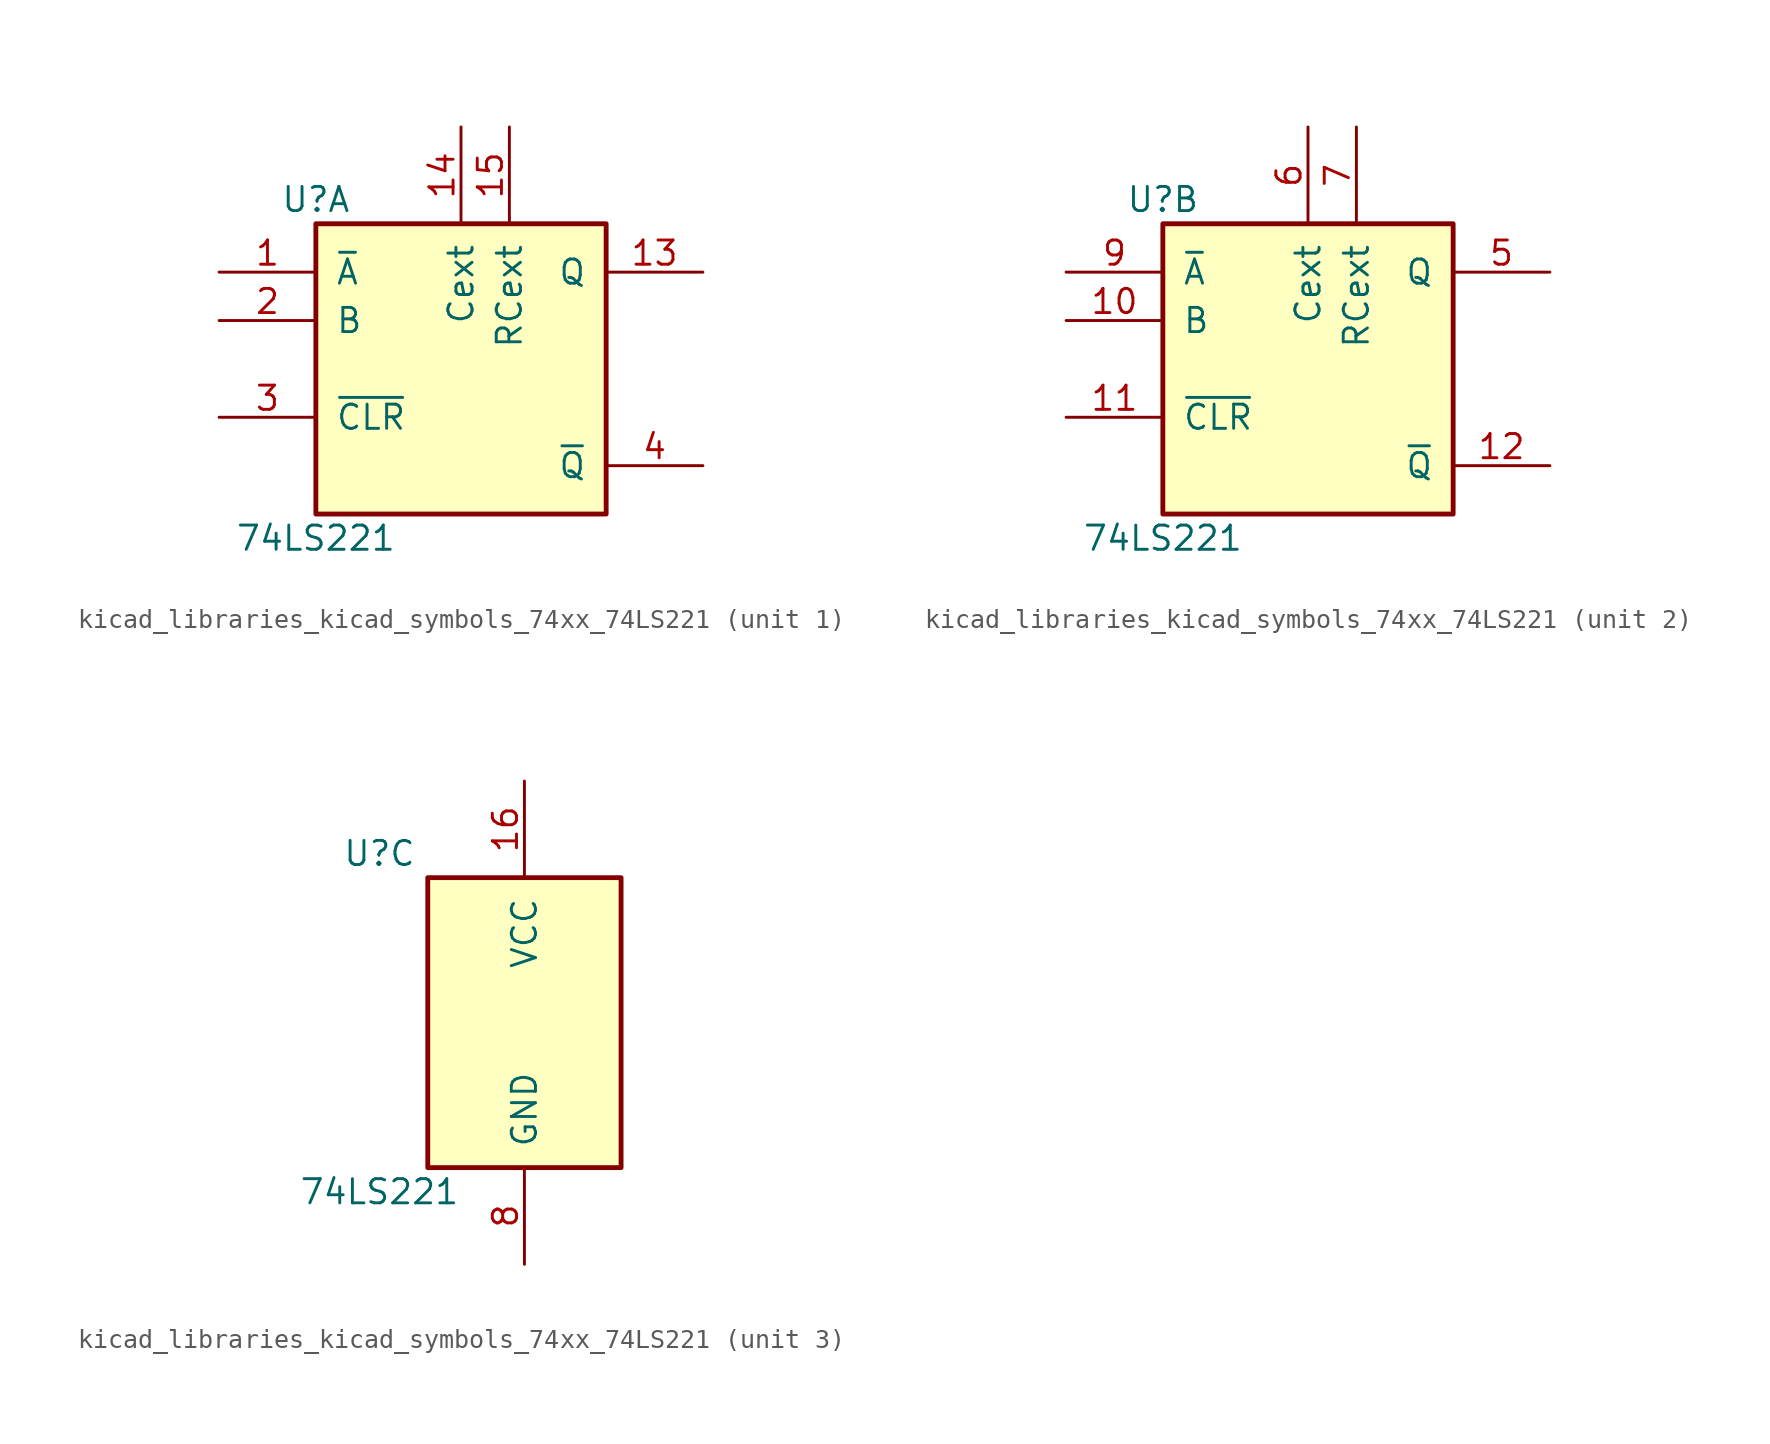
<source format=kicad_sym>
(kicad_symbol_lib
  (version 20220914)
  (generator kicad_symbol_editor)
  (symbol "kicad_libraries_kicad_symbols_74xx_74LS221"
    (pin_names
      (offset 1.016))
    (property "Reference" "U"
      (at -7.62 8.89 0)
      (effects (font (size 1.27 1.27))))
    (property "Value" "74LS221"
      (at -7.62 -8.89 0)
      (effects (font (size 1.27 1.27))))
    (property "ki_locked" ""
      (at 0 0 0)
      (effects (font (size 1.27 1.27))))
    (symbol "kicad_libraries_kicad_symbols_74xx_74LS221_1_0"
      (pin input line (at -12.7 5.08 0) (length 5.08) (name "~{A}" (effects (font (size 1.27 1.27)))) (number "1" (effects (font (size 1.27 1.27)))))
      (pin output line (at 12.7 5.08 180) (length 5.08) (name "Q" (effects (font (size 1.27 1.27)))) (number "13" (effects (font (size 1.27 1.27)))))
      (pin input line (at 0 12.7 270) (length 5.08) (name "Cext" (effects (font (size 1.27 1.27)))) (number "14" (effects (font (size 1.27 1.27)))))
      (pin input line (at 2.54 12.7 270) (length 5.08) (name "RCext" (effects (font (size 1.27 1.27)))) (number "15" (effects (font (size 1.27 1.27)))))
      (pin input line (at -12.7 2.54 0) (length 5.08) (name "B" (effects (font (size 1.27 1.27)))) (number "2" (effects (font (size 1.27 1.27)))))
      (pin input line (at -12.7 -2.54 0) (length 5.08) (name "~{CLR}" (effects (font (size 1.27 1.27)))) (number "3" (effects (font (size 1.27 1.27)))))
      (pin output line (at 12.7 -5.08 180) (length 5.08) (name "~{Q}" (effects (font (size 1.27 1.27)))) (number "4" (effects (font (size 1.27 1.27))))))
    (symbol "kicad_libraries_kicad_symbols_74xx_74LS221_1_1"
      (rectangle (start -7.62 7.62) (end 7.62 -7.62) (stroke (width 0.254) (type default)) (fill (type background))))
    (symbol "kicad_libraries_kicad_symbols_74xx_74LS221_2_0"
      (pin input line (at -12.7 2.54 0) (length 5.08) (name "B" (effects (font (size 1.27 1.27)))) (number "10" (effects (font (size 1.27 1.27)))))
      (pin input line (at -12.7 -2.54 0) (length 5.08) (name "~{CLR}" (effects (font (size 1.27 1.27)))) (number "11" (effects (font (size 1.27 1.27)))))
      (pin output line (at 12.7 -5.08 180) (length 5.08) (name "~{Q}" (effects (font (size 1.27 1.27)))) (number "12" (effects (font (size 1.27 1.27)))))
      (pin output line (at 12.7 5.08 180) (length 5.08) (name "Q" (effects (font (size 1.27 1.27)))) (number "5" (effects (font (size 1.27 1.27)))))
      (pin input line (at 0 12.7 270) (length 5.08) (name "Cext" (effects (font (size 1.27 1.27)))) (number "6" (effects (font (size 1.27 1.27)))))
      (pin input line (at 2.54 12.7 270) (length 5.08) (name "RCext" (effects (font (size 1.27 1.27)))) (number "7" (effects (font (size 1.27 1.27)))))
      (pin input line (at -12.7 5.08 0) (length 5.08) (name "~{A}" (effects (font (size 1.27 1.27)))) (number "9" (effects (font (size 1.27 1.27))))))
    (symbol "kicad_libraries_kicad_symbols_74xx_74LS221_2_1"
      (rectangle (start -7.62 7.62) (end 7.62 -7.62) (stroke (width 0.254) (type default)) (fill (type background))))
    (symbol "kicad_libraries_kicad_symbols_74xx_74LS221_3_0"
      (pin power_in line (at 0 12.7 270) (length 5.08) (name "VCC" (effects (font (size 1.27 1.27)))) (number "16" (effects (font (size 1.27 1.27)))))
      (pin power_in line (at 0 -12.7 90) (length 5.08) (name "GND" (effects (font (size 1.27 1.27)))) (number "8" (effects (font (size 1.27 1.27))))))
    (symbol "kicad_libraries_kicad_symbols_74xx_74LS221_3_1"
      (rectangle (start -5.08 7.62) (end 5.08 -7.62) (stroke (width 0.254) (type default)) (fill (type background))))))
</source>
